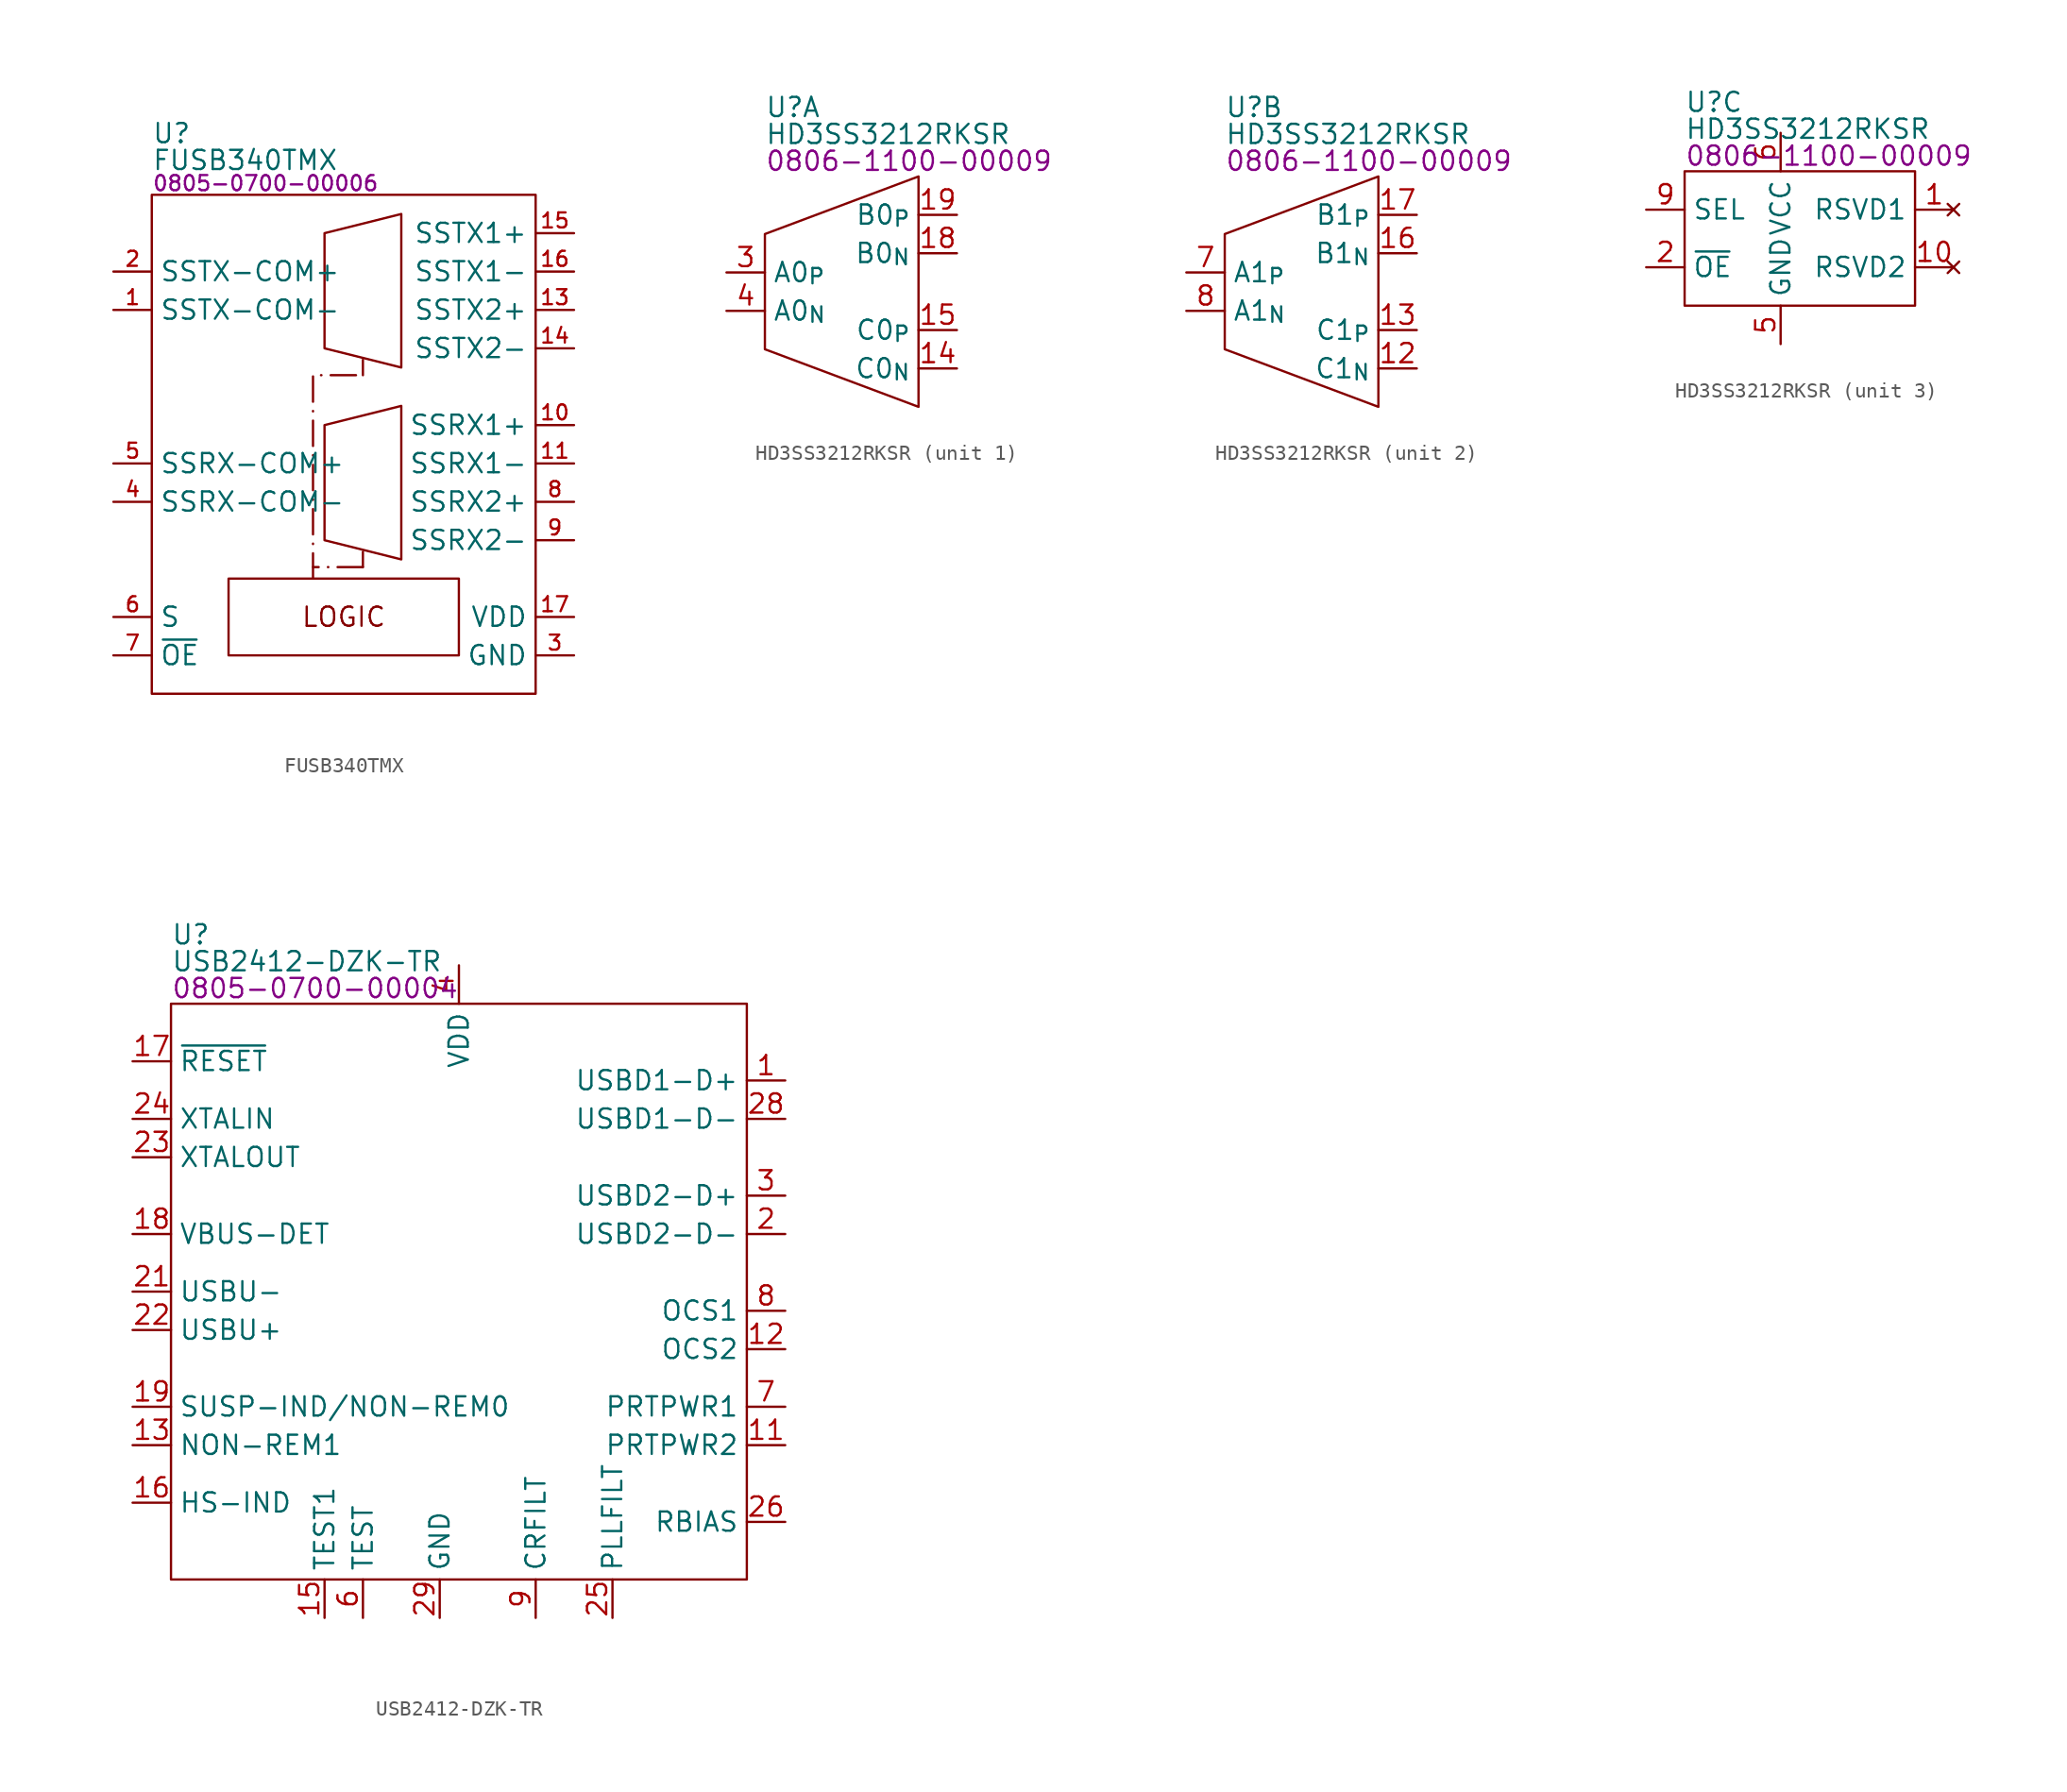
<source format=kicad_sym>
(kicad_symbol_lib
  (version 20231120)
  (generator "kicad_symbol_editor")
  (generator_version "8.0")
  (symbol "FUSB340TMX"
    (property "Reference" "U"
      (at 0 4.064 0)
      (effects (font (size 1.27 1.27)) (justify left)))
    (property "Value" "FUSB340TMX"
      (at 0 2.286 0)
      (effects (font (size 1.27 1.27)) (justify left)))
    (property "PartNumber" "0805-0700-00006"
      (at 0 0.762 0)
      (effects (font (size 1 1)) (justify left)))
    (symbol "FUSB340TMX_0_0"
      (pin bidirectional line (at -2.54 -7.62 0) (length 2.54) (name "SSTX-COM-" (effects (font (size 1.27 1.27)))) (number "1" (effects (font (size 0.991 0.991)))))
      (pin bidirectional line (at 27.94 -15.24 180) (length 2.54) (name "SSRX1+" (effects (font (size 1.27 1.27)))) (number "10" (effects (font (size 0.991 0.991)))))
      (pin bidirectional line (at 27.94 -17.78 180) (length 2.54) (name "SSRX1-" (effects (font (size 1.27 1.27)))) (number "11" (effects (font (size 0.991 0.991)))))
      (pin power_in line (at 27.94 -30.48 180) (length 2.54) hide (name "GND" (effects (font (size 1.27 1.27)))) (number "12" (effects (font (size 0.991 0.991)))))
      (pin bidirectional line (at 27.94 -7.62 180) (length 2.54) (name "SSTX2+" (effects (font (size 1.27 1.27)))) (number "13" (effects (font (size 0.991 0.991)))))
      (pin bidirectional line (at 27.94 -10.16 180) (length 2.54) (name "SSTX2-" (effects (font (size 1.27 1.27)))) (number "14" (effects (font (size 0.991 0.991)))))
      (pin bidirectional line (at 27.94 -2.54 180) (length 2.54) (name "SSTX1+" (effects (font (size 1.27 1.27)))) (number "15" (effects (font (size 0.991 0.991)))))
      (pin bidirectional line (at 27.94 -5.08 180) (length 2.54) (name "SSTX1-" (effects (font (size 1.27 1.27)))) (number "16" (effects (font (size 0.991 0.991)))))
      (pin power_in line (at 27.94 -27.94 180) (length 2.54) (name "VDD" (effects (font (size 1.27 1.27)))) (number "17" (effects (font (size 0.991 0.991)))))
      (pin power_in line (at 27.94 -30.48 180) (length 2.54) hide (name "GND" (effects (font (size 1.27 1.27)))) (number "18" (effects (font (size 0.991 0.991)))))
      (pin power_in line (at 27.94 -30.48 180) (length 2.54) hide (name "GND" (effects (font (size 1.27 1.27)))) (number "19" (effects (font (size 0.991 0.991)))))
      (pin bidirectional line (at -2.54 -5.08 0) (length 2.54) (name "SSTX-COM+" (effects (font (size 1.27 1.27)))) (number "2" (effects (font (size 0.991 0.991)))))
      (pin power_in line (at 27.94 -30.48 180) (length 2.54) (name "GND" (effects (font (size 1.27 1.27)))) (number "3" (effects (font (size 0.991 0.991)))))
      (pin bidirectional line (at -2.54 -20.32 0) (length 2.54) (name "SSRX-COM-" (effects (font (size 1.27 1.27)))) (number "4" (effects (font (size 0.991 0.991)))))
      (pin bidirectional line (at -2.54 -17.78 0) (length 2.54) (name "SSRX-COM+" (effects (font (size 1.27 1.27)))) (number "5" (effects (font (size 0.991 0.991)))))
      (pin input line (at -2.54 -27.94 0) (length 2.54) (name "S" (effects (font (size 1.27 1.27)))) (number "6" (effects (font (size 0.991 0.991)))))
      (pin input line (at -2.54 -30.48 0) (length 2.54) (name "~{OE}" (effects (font (size 1.27 1.27)))) (number "7" (effects (font (size 0.991 0.991)))))
      (pin bidirectional line (at 27.94 -20.32 180) (length 2.54) (name "SSRX2+" (effects (font (size 1.27 1.27)))) (number "8" (effects (font (size 0.991 0.991)))))
      (pin bidirectional line (at 27.94 -22.86 180) (length 2.54) (name "SSRX2-" (effects (font (size 1.27 1.27)))) (number "9" (effects (font (size 0.991 0.991))))))
    (symbol "FUSB340TMX_0_1"
      (polyline (pts (xy 16.51 -13.97) (xy 16.51 -24.13) (xy 11.43 -22.86) (xy 11.43 -15.24) (xy 16.51 -13.97)) (stroke (width 0) (type default)) (fill (type none)))
      (polyline (pts (xy 16.51 -1.27) (xy 16.51 -11.43) (xy 11.43 -10.16) (xy 11.43 -2.54) (xy 16.51 -1.27)) (stroke (width 0) (type default)) (fill (type none)))
      (rectangle (start 0 0) (end 25.4 -33.02) (stroke (width 0) (type default)) (fill (type none)))
      (rectangle (start 5.08 -25.4) (end 20.32 -30.48) (stroke (width 0) (type default)) (fill (type none))))
    (symbol "FUSB340TMX_1_1"
      (polyline (pts (xy 13.97 -24.638) (xy 10.668 -24.638)) (stroke (width 0) (type dash_dot)) (fill (type none)))
      (polyline (pts (xy 13.97 -24.638) (xy 13.97 -23.622)) (stroke (width 0) (type default)) (fill (type none)))
      (polyline (pts (xy 13.97 -11.938) (xy 13.97 -10.922)) (stroke (width 0) (type dash_dot)) (fill (type none)))
      (polyline (pts (xy 10.668 -25.4) (xy 10.668 -11.938) (xy 13.97 -11.938)) (stroke (width 0) (type dash_dot)) (fill (type none)))
      (text "LOGIC" (at 12.7 -27.94 0) (effects (font (size 1.27 1.27))))))
  (symbol "HD3SS3212RKSR"
    (property "Reference" "U"
      (at 0 4.572 0)
      (effects (font (size 1.27 1.27)) (justify left)))
    (property "Value" "HD3SS3212RKSR"
      (at 0 2.794 0)
      (effects (font (size 1.27 1.27)) (justify left)))
    (property "PartNumber" "0806-1100-00009"
      (at 0 1.016 0)
      (effects (font (size 1.27 1.27)) (justify left)))
    (symbol "HD3SS3212RKSR_1_0"
      (pin bidirectional line (at 12.7 -12.7 180) (length 2.54) (name "C0_{N}" (effects (font (size 1.27 1.27)))) (number "14" (effects (font (size 1.27 1.27)))))
      (pin bidirectional line (at 12.7 -10.16 180) (length 2.54) (name "C0_{P}" (effects (font (size 1.27 1.27)))) (number "15" (effects (font (size 1.27 1.27)))))
      (pin bidirectional line (at 12.7 -5.08 180) (length 2.54) (name "B0_{N}" (effects (font (size 1.27 1.27)))) (number "18" (effects (font (size 1.27 1.27)))))
      (pin bidirectional line (at 12.7 -2.54 180) (length 2.54) (name "B0_{P}" (effects (font (size 1.27 1.27)))) (number "19" (effects (font (size 1.27 1.27)))))
      (pin bidirectional line (at -2.54 -6.35 0) (length 2.54) (name "A0_{P}" (effects (font (size 1.27 1.27)))) (number "3" (effects (font (size 1.27 1.27)))))
      (pin bidirectional line (at -2.54 -8.89 0) (length 2.54) (name "A0_{N}" (effects (font (size 1.27 1.27)))) (number "4" (effects (font (size 1.27 1.27))))))
    (symbol "HD3SS3212RKSR_1_1"
      (polyline (pts (xy 10.16 0) (xy 10.16 -15.24) (xy 0 -11.43) (xy 0 -3.81) (xy 10.16 0)) (stroke (width 0) (type default)) (fill (type none))))
    (symbol "HD3SS3212RKSR_2_0"
      (pin bidirectional line (at 12.7 -12.7 180) (length 2.54) (name "C1_{N}" (effects (font (size 1.27 1.27)))) (number "12" (effects (font (size 1.27 1.27)))))
      (pin bidirectional line (at 12.7 -10.16 180) (length 2.54) (name "C1_{P}" (effects (font (size 1.27 1.27)))) (number "13" (effects (font (size 1.27 1.27)))))
      (pin bidirectional line (at 12.7 -5.08 180) (length 2.54) (name "B1_{N}" (effects (font (size 1.27 1.27)))) (number "16" (effects (font (size 1.27 1.27)))))
      (pin bidirectional line (at 12.7 -2.54 180) (length 2.54) (name "B1_{P}" (effects (font (size 1.27 1.27)))) (number "17" (effects (font (size 1.27 1.27)))))
      (pin bidirectional line (at -2.54 -6.35 0) (length 2.54) (name "A1_{P}" (effects (font (size 1.27 1.27)))) (number "7" (effects (font (size 1.27 1.27)))))
      (pin bidirectional line (at -2.54 -8.89 0) (length 2.54) (name "A1_{N}" (effects (font (size 1.27 1.27)))) (number "8" (effects (font (size 1.27 1.27))))))
    (symbol "HD3SS3212RKSR_2_1"
      (polyline (pts (xy 10.16 0) (xy 10.16 -15.24) (xy 0 -11.43) (xy 0 -3.81) (xy 10.16 0)) (stroke (width 0) (type default)) (fill (type none))))
    (symbol "HD3SS3212RKSR_3_0"
      (pin no_connect line (at 17.78 -2.54 180) (length 2.54) (name "RSVD1" (effects (font (size 1.27 1.27)))) (number "1" (effects (font (size 1.27 1.27)))))
      (pin no_connect line (at 17.78 -6.35 180) (length 2.54) (name "RSVD2" (effects (font (size 1.27 1.27)))) (number "10" (effects (font (size 1.27 1.27)))))
      (pin power_in line (at 6.35 -11.43 90) (length 2.54) hide (name "GND" (effects (font (size 1.27 1.27)))) (number "11" (effects (font (size 1.27 1.27)))))
      (pin input line (at -2.54 -6.35 0) (length 2.54) (name "~{OE}" (effects (font (size 1.27 1.27)))) (number "2" (effects (font (size 1.27 1.27)))))
      (pin power_in line (at 6.35 -11.43 90) (length 2.54) hide (name "GND" (effects (font (size 1.27 1.27)))) (number "20" (effects (font (size 1.27 1.27)))))
      (pin power_in line (at 6.35 -11.43 90) (length 2.54) hide (name "GND" (effects (font (size 1.27 1.27)))) (number "21" (effects (font (size 1.27 1.27)))))
      (pin power_in line (at 6.35 -11.43 90) (length 2.54) (name "GND" (effects (font (size 1.27 1.27)))) (number "5" (effects (font (size 1.27 1.27)))))
      (pin power_in line (at 6.35 2.54 270) (length 2.54) (name "VCC" (effects (font (size 1.27 1.27)))) (number "6" (effects (font (size 1.27 1.27)))))
      (pin input line (at -2.54 -2.54 0) (length 2.54) (name "SEL" (effects (font (size 1.27 1.27)))) (number "9" (effects (font (size 1.27 1.27))))))
    (symbol "HD3SS3212RKSR_3_1"
      (rectangle (start 0 0) (end 15.24 -8.89) (stroke (width 0) (type default)) (fill (type none)))))
  (symbol "USB2412-DZK-TR"
    (property "Reference" "U"
      (at 0 4.572 0)
      (effects (font (size 1.27 1.27)) (justify left)))
    (property "Value" "USB2412-DZK-TR"
      (at 0 2.794 0)
      (effects (font (size 1.27 1.27)) (justify left)))
    (property "PartNumber" "0805-0700-00004"
      (at 0 1.016 0)
      (effects (font (size 1.27 1.27)) (justify left)))
    (symbol "USB2412-DZK-TR_0_0"
      (pin bidirectional line (at 40.64 -5.08 180) (length 2.54) (name "USBD1-D+" (effects (font (size 1.27 1.27)))) (number "1" (effects (font (size 1.27 1.27)))))
      (pin power_in line (at 19.05 2.54 270) (length 2.54) hide (name "VDD" (effects (font (size 1.27 1.27)))) (number "10" (effects (font (size 1.27 1.27)))))
      (pin output line (at 40.64 -29.21 180) (length 2.54) (name "PRTPWR2" (effects (font (size 1.27 1.27)))) (number "11" (effects (font (size 1.27 1.27)))))
      (pin input line (at 40.64 -22.86 180) (length 2.54) (name "OCS2" (effects (font (size 1.27 1.27)))) (number "12" (effects (font (size 1.27 1.27)))))
      (pin input line (at -2.54 -29.21 0) (length 2.54) (name "NON-REM1" (effects (font (size 1.27 1.27)))) (number "13" (effects (font (size 1.27 1.27)))))
      (pin power_in line (at 19.05 2.54 270) (length 2.54) hide (name "VDD" (effects (font (size 1.27 1.27)))) (number "14" (effects (font (size 1.27 1.27)))))
      (pin input line (at 10.16 -40.64 90) (length 2.54) (name "TEST1" (effects (font (size 1.27 1.27)))) (number "15" (effects (font (size 1.27 1.27)))))
      (pin output line (at -2.54 -33.02 0) (length 2.54) (name "HS-IND" (effects (font (size 1.27 1.27)))) (number "16" (effects (font (size 1.27 1.27)))))
      (pin input line (at -2.54 -3.81 0) (length 2.54) (name "~{RESET}" (effects (font (size 1.27 1.27)))) (number "17" (effects (font (size 1.27 1.27)))))
      (pin input line (at -2.54 -15.24 0) (length 2.54) (name "VBUS-DET" (effects (font (size 1.27 1.27)))) (number "18" (effects (font (size 1.27 1.27)))))
      (pin bidirectional line (at -2.54 -26.67 0) (length 2.54) (name "SUSP-IND/NON-REM0" (effects (font (size 1.27 1.27)))) (number "19" (effects (font (size 1.27 1.27)))) (alternate "NON-REM0" input line) (alternate "SUSP-IND" output line))
      (pin bidirectional line (at 40.64 -15.24 180) (length 2.54) (name "USBD2-D-" (effects (font (size 1.27 1.27)))) (number "2" (effects (font (size 1.27 1.27)))))
      (pin power_in line (at 19.05 2.54 270) (length 2.54) hide (name "VDD" (effects (font (size 1.27 1.27)))) (number "20" (effects (font (size 1.27 1.27)))))
      (pin bidirectional line (at -2.54 -19.05 0) (length 2.54) (name "USBU-" (effects (font (size 1.27 1.27)))) (number "21" (effects (font (size 1.27 1.27)))))
      (pin bidirectional line (at -2.54 -21.59 0) (length 2.54) (name "USBU+" (effects (font (size 1.27 1.27)))) (number "22" (effects (font (size 1.27 1.27)))))
      (pin output line (at -2.54 -10.16 0) (length 2.54) (name "XTALOUT" (effects (font (size 1.27 1.27)))) (number "23" (effects (font (size 1.27 1.27)))))
      (pin input line (at -2.54 -7.62 0) (length 2.54) (name "XTALIN" (effects (font (size 1.27 1.27)))) (number "24" (effects (font (size 1.27 1.27)))))
      (pin power_in line (at 29.21 -40.64 90) (length 2.54) (name "PLLFILT" (effects (font (size 1.27 1.27)))) (number "25" (effects (font (size 1.27 1.27)))))
      (pin input line (at 40.64 -34.29 180) (length 2.54) (name "RBIAS" (effects (font (size 1.27 1.27)))) (number "26" (effects (font (size 1.27 1.27)))))
      (pin power_in line (at 19.05 2.54 270) (length 2.54) hide (name "VDD" (effects (font (size 1.27 1.27)))) (number "27" (effects (font (size 1.27 1.27)))))
      (pin bidirectional line (at 40.64 -7.62 180) (length 2.54) (name "USBD1-D-" (effects (font (size 1.27 1.27)))) (number "28" (effects (font (size 1.27 1.27)))))
      (pin power_in line (at 17.78 -40.64 90) (length 2.54) (name "GND" (effects (font (size 1.27 1.27)))) (number "29" (effects (font (size 1.27 1.27)))))
      (pin bidirectional line (at 40.64 -12.7 180) (length 2.54) (name "USBD2-D+" (effects (font (size 1.27 1.27)))) (number "3" (effects (font (size 1.27 1.27)))))
      (pin power_in line (at 19.05 2.54 270) (length 2.54) (name "VDD" (effects (font (size 1.27 1.27)))) (number "4" (effects (font (size 1.27 1.27)))))
      (pin no_connect line (at 17.78 -12.7 0) (length 2.54) hide (name "NC" (effects (font (size 1.27 1.27)))) (number "5" (effects (font (size 1.27 1.27)))))
      (pin input line (at 12.7 -40.64 90) (length 2.54) (name "TEST" (effects (font (size 1.27 1.27)))) (number "6" (effects (font (size 1.27 1.27)))))
      (pin output line (at 40.64 -26.67 180) (length 2.54) (name "PRTPWR1" (effects (font (size 1.27 1.27)))) (number "7" (effects (font (size 1.27 1.27)))))
      (pin input line (at 40.64 -20.32 180) (length 2.54) (name "OCS1" (effects (font (size 1.27 1.27)))) (number "8" (effects (font (size 1.27 1.27)))))
      (pin power_in line (at 24.13 -40.64 90) (length 2.54) (name "CRFILT" (effects (font (size 1.27 1.27)))) (number "9" (effects (font (size 1.27 1.27))))))
    (symbol "USB2412-DZK-TR_0_1"
      (rectangle (start 0 0) (end 38.1 -38.1) (stroke (width 0) (type default)) (fill (type none))))))
</source>
